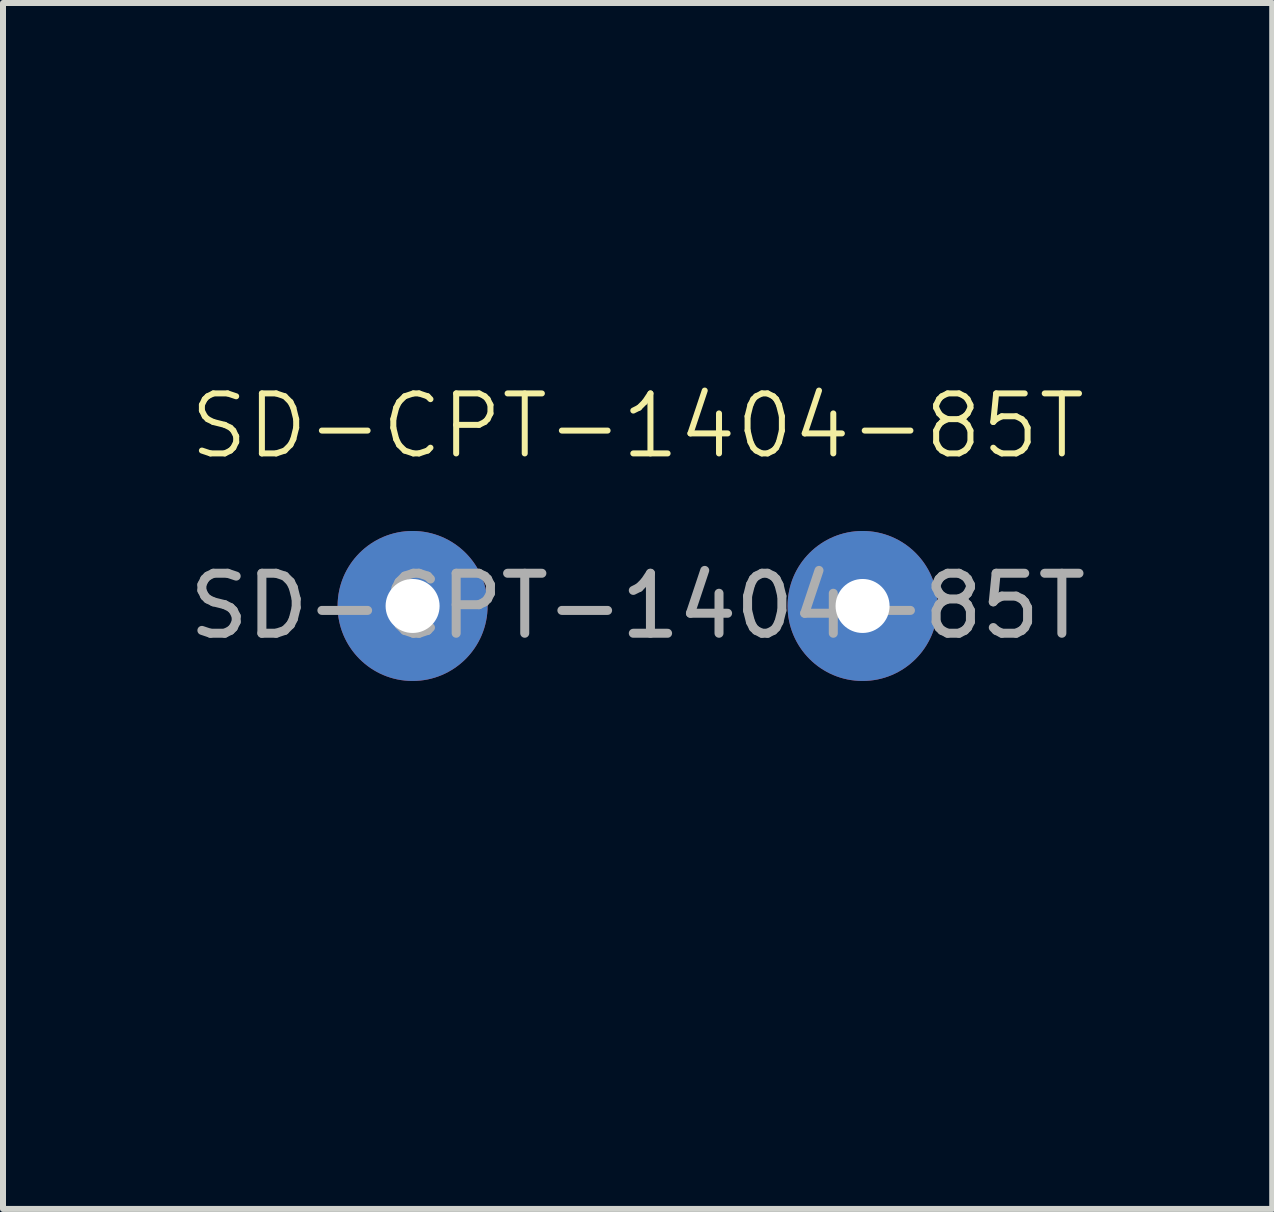
<source format=kicad_pcb>
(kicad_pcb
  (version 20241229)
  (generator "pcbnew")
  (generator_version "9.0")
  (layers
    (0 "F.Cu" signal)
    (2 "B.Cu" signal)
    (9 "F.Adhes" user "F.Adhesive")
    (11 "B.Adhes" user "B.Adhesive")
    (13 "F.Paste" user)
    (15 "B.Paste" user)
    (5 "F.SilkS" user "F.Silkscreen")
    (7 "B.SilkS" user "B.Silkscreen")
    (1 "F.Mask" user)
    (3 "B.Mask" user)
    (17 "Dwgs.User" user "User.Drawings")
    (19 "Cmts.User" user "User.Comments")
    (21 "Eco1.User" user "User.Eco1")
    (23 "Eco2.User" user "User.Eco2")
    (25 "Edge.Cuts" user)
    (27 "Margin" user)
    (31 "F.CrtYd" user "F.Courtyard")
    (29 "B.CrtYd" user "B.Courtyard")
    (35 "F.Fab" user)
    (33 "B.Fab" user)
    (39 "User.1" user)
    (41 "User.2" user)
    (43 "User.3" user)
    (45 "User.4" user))
  (footprint "SD-CPT-1404-85T"
    (layer "F.Cu")
    (at 7.577 7.05)
    (property "Reference" "SD-CPT-1404-85T" (at 0 -3 0) (unlocked yes) (layer "F.SilkS") (effects (font (size 1 1) (thickness 0.1))))
    (attr through_hole)
    (fp_line (start -3.75 0) (end 3.75 0) (stroke (width 0.1) (type dash_dot_dot)) (layer "User.1"))
    (fp_circle (center 0 0) (end 7 0) (stroke (width 0.1) (type default)) (fill no) (layer "User.1"))
    (fp_text user "${REFERENCE}" (at 0 0 0) (unlocked yes) (layer "F.Fab") (effects (font (size 1 1) (thickness 0.15))))
    (pad "1" thru_hole circle (at -3.75 0) (size 2.5 2.5) (drill 0.9) (layers "*.Cu" "*.Mask"))
    (pad "2" thru_hole circle (at 3.75 0) (size 2.5 2.5) (drill 0.9) (layers "*.Cu" "*.Mask")))
  (gr_rect
    (start -3 -3)
    (end 18.155 17.1)
    (stroke (width 0.1) (type default))
    (fill no)
    (layer "Edge.Cuts")))
</source>
